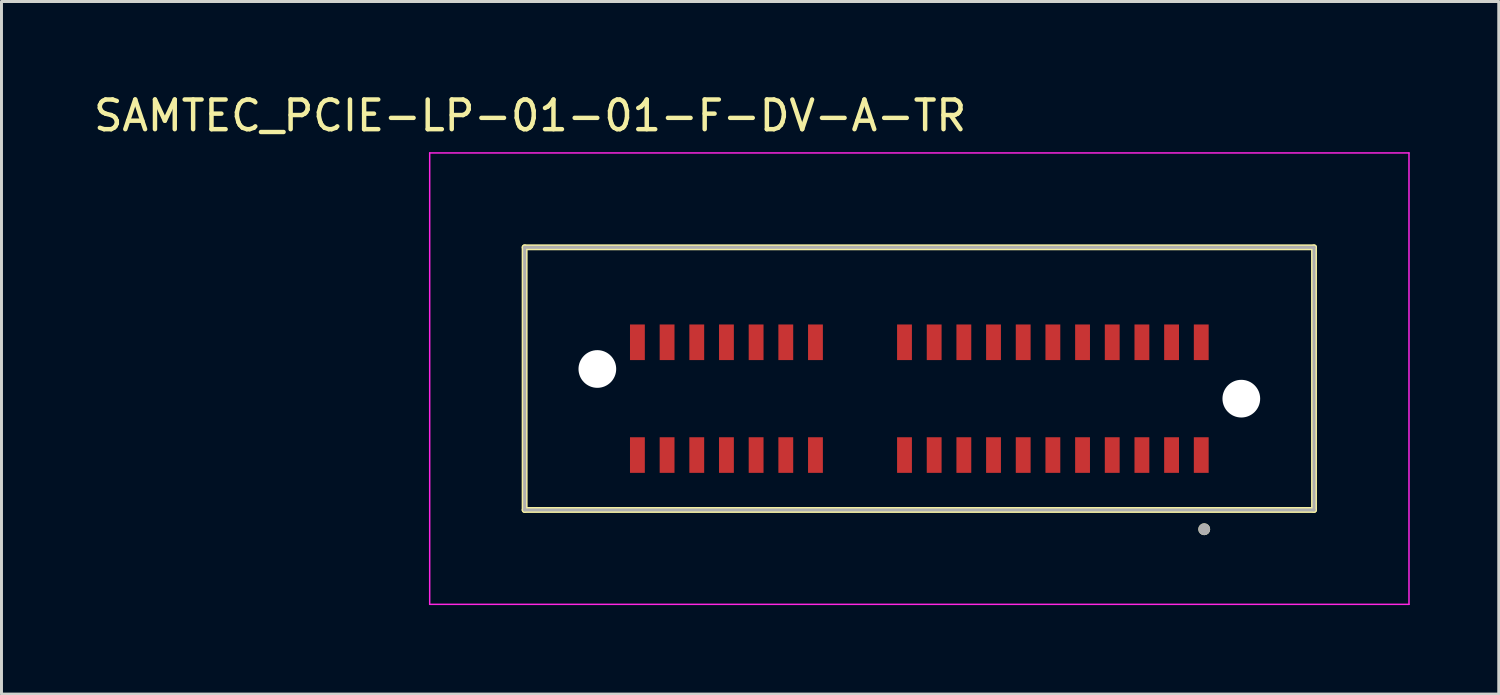
<source format=kicad_pcb>
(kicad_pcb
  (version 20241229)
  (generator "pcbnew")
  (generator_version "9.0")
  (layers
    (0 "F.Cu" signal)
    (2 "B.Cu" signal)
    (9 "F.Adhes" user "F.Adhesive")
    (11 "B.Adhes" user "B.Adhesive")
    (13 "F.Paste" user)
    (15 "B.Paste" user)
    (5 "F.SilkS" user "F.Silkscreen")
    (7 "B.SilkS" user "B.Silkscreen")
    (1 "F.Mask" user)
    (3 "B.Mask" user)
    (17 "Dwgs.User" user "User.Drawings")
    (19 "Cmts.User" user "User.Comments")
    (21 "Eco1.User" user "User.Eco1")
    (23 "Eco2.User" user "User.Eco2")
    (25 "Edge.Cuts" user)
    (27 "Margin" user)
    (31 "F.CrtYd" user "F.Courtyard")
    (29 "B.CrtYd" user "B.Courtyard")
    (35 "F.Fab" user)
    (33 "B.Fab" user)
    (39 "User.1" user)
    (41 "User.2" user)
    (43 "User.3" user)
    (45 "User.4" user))
  (footprint "SAMTEC_PCIE-LP-01-01-F-DV-A-TR"
    (layer "F.Cu")
    (at 27.929 10.384)
    (property "Reference" "SAMTEC_PCIE-LP-01-01-F-DV-A-TR" (at -13.114 -9.536 0) (layer "F.SilkS") (effects (font (size 1 1) (thickness 0.15))))
    (attr through_hole)
    (fp_line (start -13.3 -5.1) (end 13.3 -5.1) (stroke (width 0.2) (type solid)) (layer "F.SilkS"))
    (fp_line (start -13.3 3.75) (end -13.3 -5.1) (stroke (width 0.2) (type solid)) (layer "F.SilkS"))
    (fp_line (start 13.3 -5.1) (end 13.3 3.75) (stroke (width 0.2) (type solid)) (layer "F.SilkS"))
    (fp_line (start 13.3 3.75) (end -13.3 3.75) (stroke (width 0.2) (type solid)) (layer "F.SilkS"))
    (fp_circle (center 9.6 4.4) (end 9.7 4.4) (stroke (width 0.2) (type solid)) (fill no) (layer "F.SilkS"))
    (fp_line (start -16.5 -8.28) (end 16.5 -8.28) (stroke (width 0.05) (type solid)) (layer "F.CrtYd"))
    (fp_line (start -16.5 6.93) (end -16.5 -8.28) (stroke (width 0.05) (type solid)) (layer "F.CrtYd"))
    (fp_line (start 16.5 -8.28) (end 16.5 6.93) (stroke (width 0.05) (type solid)) (layer "F.CrtYd"))
    (fp_line (start 16.5 6.93) (end -16.5 6.93) (stroke (width 0.05) (type solid)) (layer "F.CrtYd"))
    (fp_line (start -13.3 -5.1) (end 13.3 -5.1) (stroke (width 0.1) (type solid)) (layer "F.Fab"))
    (fp_line (start -13.3 3.75) (end -13.3 -5.1) (stroke (width 0.1) (type solid)) (layer "F.Fab"))
    (fp_line (start 13.3 -5.1) (end 13.3 3.75) (stroke (width 0.1) (type solid)) (layer "F.Fab"))
    (fp_line (start 13.3 3.75) (end -13.3 3.75) (stroke (width 0.1) (type solid)) (layer "F.Fab"))
    (fp_circle (center 9.6 4.4) (end 9.7 4.4) (stroke (width 0.2) (type solid)) (fill no) (layer "F.Fab"))
    (pad "" np_thru_hole circle (at -10.85 -1) (size 1.27 1.27) (drill 1.27) (layers "*.Cu" "*.Mask"))
    (pad "" np_thru_hole circle (at 10.85 0) (size 1.27 1.27) (drill 1.27) (layers "*.Cu" "*.Mask"))
    (pad "A01" smd rect (at 9.5 1.9 90) (size 1.2 0.5) (layers "F.Cu" "F.Mask" "F.Paste"))
    (pad "A02" smd rect (at 8.5 1.9 90) (size 1.2 0.5) (layers "F.Cu" "F.Mask" "F.Paste"))
    (pad "A03" smd rect (at 7.5 1.9 90) (size 1.2 0.5) (layers "F.Cu" "F.Mask" "F.Paste"))
    (pad "A04" smd rect (at 6.5 1.9 90) (size 1.2 0.5) (layers "F.Cu" "F.Mask" "F.Paste"))
    (pad "A05" smd rect (at 5.5 1.9 90) (size 1.2 0.5) (layers "F.Cu" "F.Mask" "F.Paste"))
    (pad "A06" smd rect (at 4.5 1.9 90) (size 1.2 0.5) (layers "F.Cu" "F.Mask" "F.Paste"))
    (pad "A07" smd rect (at 3.5 1.9 90) (size 1.2 0.5) (layers "F.Cu" "F.Mask" "F.Paste"))
    (pad "A08" smd rect (at 2.5 1.9 90) (size 1.2 0.5) (layers "F.Cu" "F.Mask" "F.Paste"))
    (pad "A09" smd rect (at 1.5 1.9 90) (size 1.2 0.5) (layers "F.Cu" "F.Mask" "F.Paste"))
    (pad "A10" smd rect (at 0.5 1.9 90) (size 1.2 0.5) (layers "F.Cu" "F.Mask" "F.Paste"))
    (pad "A11" smd rect (at -0.5 1.9 90) (size 1.2 0.5) (layers "F.Cu" "F.Mask" "F.Paste"))
    (pad "A12" smd rect (at -3.5 1.9 90) (size 1.2 0.5) (layers "F.Cu" "F.Mask" "F.Paste"))
    (pad "A13" smd rect (at -4.5 1.9 90) (size 1.2 0.5) (layers "F.Cu" "F.Mask" "F.Paste"))
    (pad "A14" smd rect (at -5.5 1.9 90) (size 1.2 0.5) (layers "F.Cu" "F.Mask" "F.Paste"))
    (pad "A15" smd rect (at -6.5 1.9 90) (size 1.2 0.5) (layers "F.Cu" "F.Mask" "F.Paste"))
    (pad "A16" smd rect (at -7.5 1.9 90) (size 1.2 0.5) (layers "F.Cu" "F.Mask" "F.Paste"))
    (pad "A17" smd rect (at -8.5 1.9 90) (size 1.2 0.5) (layers "F.Cu" "F.Mask" "F.Paste"))
    (pad "A18" smd rect (at -9.5 1.9 90) (size 1.2 0.5) (layers "F.Cu" "F.Mask" "F.Paste"))
    (pad "B01" smd rect (at 9.5 -1.9 90) (size 1.2 0.5) (layers "F.Cu" "F.Mask" "F.Paste"))
    (pad "B02" smd rect (at 8.5 -1.9 90) (size 1.2 0.5) (layers "F.Cu" "F.Mask" "F.Paste"))
    (pad "B03" smd rect (at 7.5 -1.9 90) (size 1.2 0.5) (layers "F.Cu" "F.Mask" "F.Paste"))
    (pad "B04" smd rect (at 6.5 -1.9 90) (size 1.2 0.5) (layers "F.Cu" "F.Mask" "F.Paste"))
    (pad "B05" smd rect (at 5.5 -1.9 90) (size 1.2 0.5) (layers "F.Cu" "F.Mask" "F.Paste"))
    (pad "B06" smd rect (at 4.5 -1.9 90) (size 1.2 0.5) (layers "F.Cu" "F.Mask" "F.Paste"))
    (pad "B07" smd rect (at 3.5 -1.9 90) (size 1.2 0.5) (layers "F.Cu" "F.Mask" "F.Paste"))
    (pad "B08" smd rect (at 2.5 -1.9 90) (size 1.2 0.5) (layers "F.Cu" "F.Mask" "F.Paste"))
    (pad "B09" smd rect (at 1.5 -1.9 90) (size 1.2 0.5) (layers "F.Cu" "F.Mask" "F.Paste"))
    (pad "B10" smd rect (at 0.5 -1.9 90) (size 1.2 0.5) (layers "F.Cu" "F.Mask" "F.Paste"))
    (pad "B11" smd rect (at -0.5 -1.9 90) (size 1.2 0.5) (layers "F.Cu" "F.Mask" "F.Paste"))
    (pad "B12" smd rect (at -3.5 -1.9 90) (size 1.2 0.5) (layers "F.Cu" "F.Mask" "F.Paste"))
    (pad "B13" smd rect (at -4.5 -1.9 90) (size 1.2 0.5) (layers "F.Cu" "F.Mask" "F.Paste"))
    (pad "B14" smd rect (at -5.5 -1.9 90) (size 1.2 0.5) (layers "F.Cu" "F.Mask" "F.Paste"))
    (pad "B15" smd rect (at -6.5 -1.9 90) (size 1.2 0.5) (layers "F.Cu" "F.Mask" "F.Paste"))
    (pad "B16" smd rect (at -7.5 -1.9 90) (size 1.2 0.5) (layers "F.Cu" "F.Mask" "F.Paste"))
    (pad "B17" smd rect (at -8.5 -1.9 90) (size 1.2 0.5) (layers "F.Cu" "F.Mask" "F.Paste"))
    (pad "B18" smd rect (at -9.5 -1.9 90) (size 1.2 0.5) (layers "F.Cu" "F.Mask" "F.Paste")))
  (gr_rect
    (start -3 -3)
    (end 47.454 20.339)
    (stroke (width 0.1) (type default))
    (fill no)
    (layer "Edge.Cuts")))
</source>
